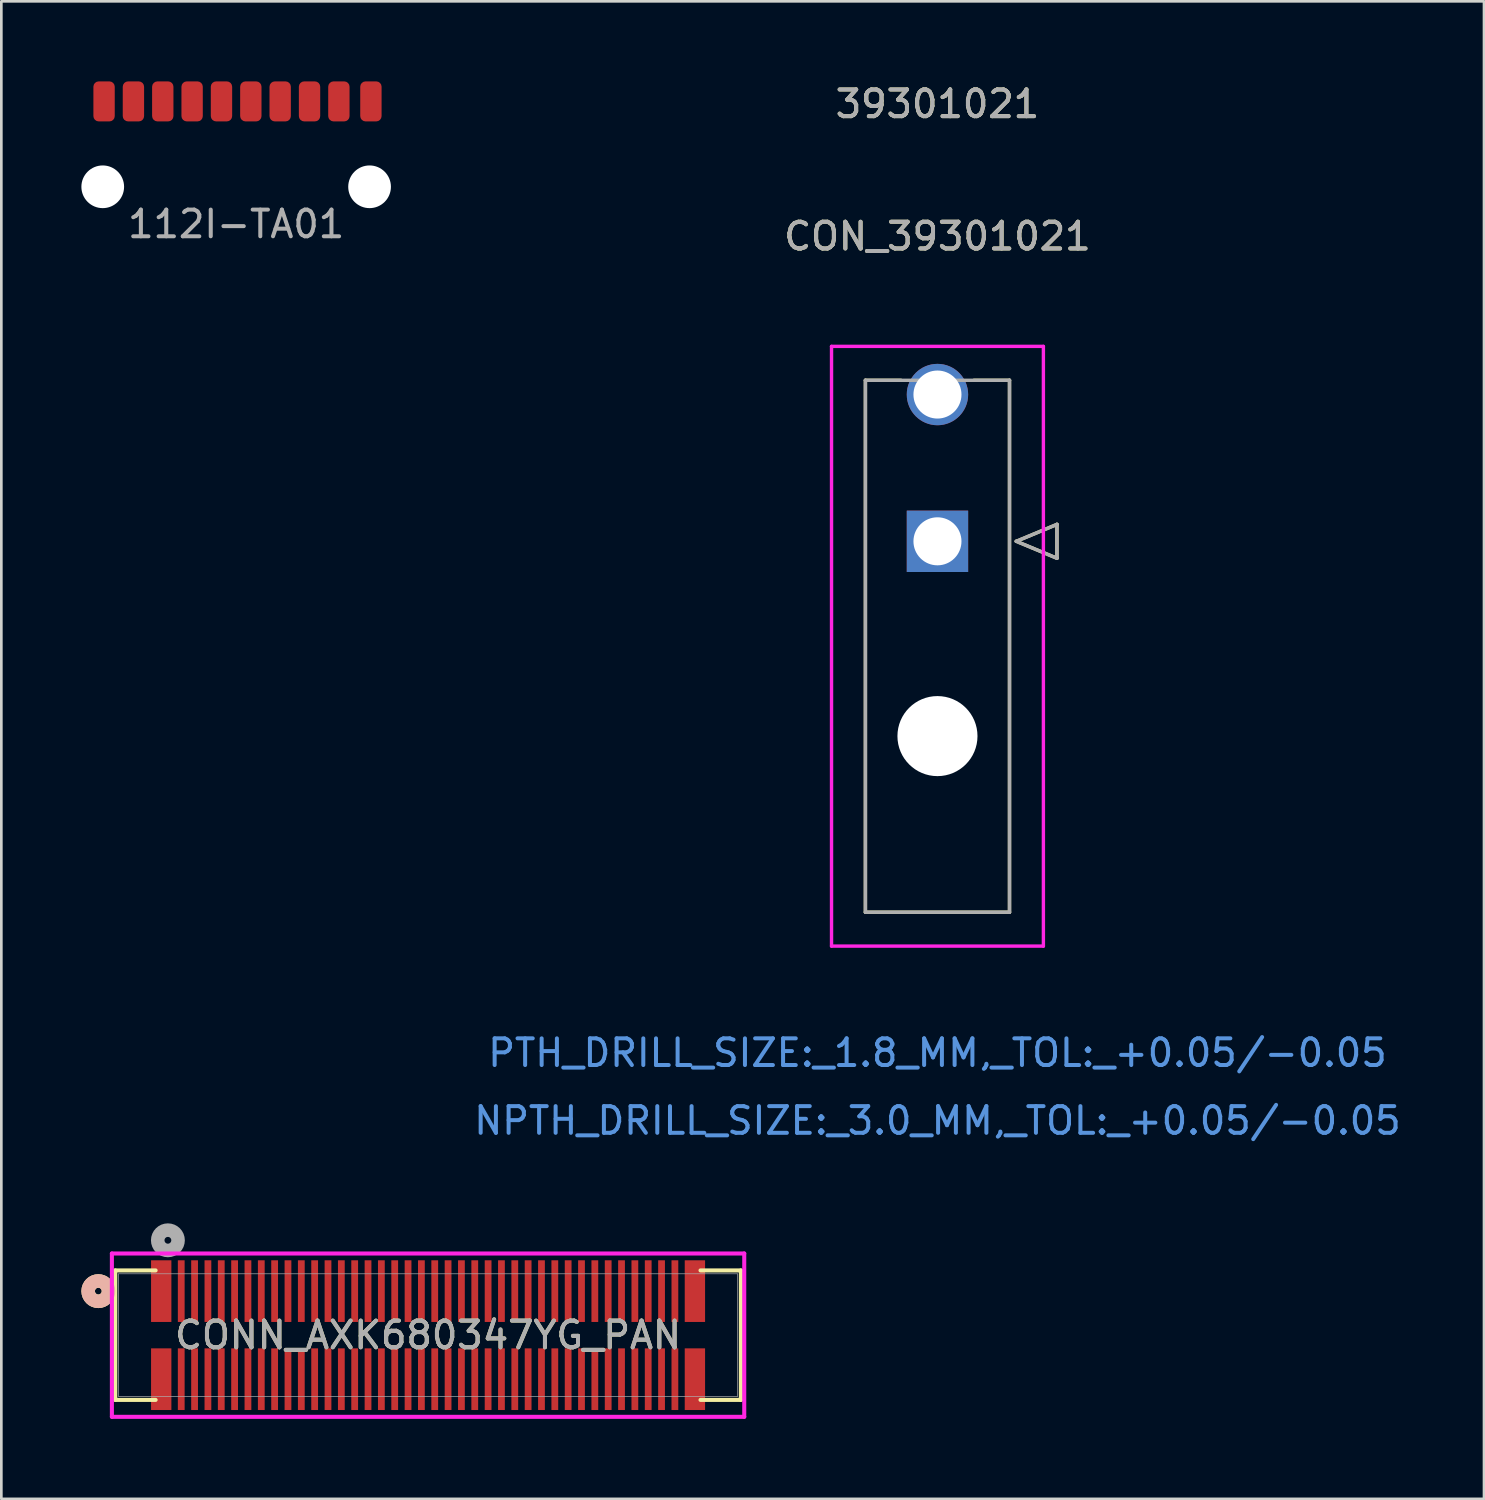
<source format=kicad_pcb>
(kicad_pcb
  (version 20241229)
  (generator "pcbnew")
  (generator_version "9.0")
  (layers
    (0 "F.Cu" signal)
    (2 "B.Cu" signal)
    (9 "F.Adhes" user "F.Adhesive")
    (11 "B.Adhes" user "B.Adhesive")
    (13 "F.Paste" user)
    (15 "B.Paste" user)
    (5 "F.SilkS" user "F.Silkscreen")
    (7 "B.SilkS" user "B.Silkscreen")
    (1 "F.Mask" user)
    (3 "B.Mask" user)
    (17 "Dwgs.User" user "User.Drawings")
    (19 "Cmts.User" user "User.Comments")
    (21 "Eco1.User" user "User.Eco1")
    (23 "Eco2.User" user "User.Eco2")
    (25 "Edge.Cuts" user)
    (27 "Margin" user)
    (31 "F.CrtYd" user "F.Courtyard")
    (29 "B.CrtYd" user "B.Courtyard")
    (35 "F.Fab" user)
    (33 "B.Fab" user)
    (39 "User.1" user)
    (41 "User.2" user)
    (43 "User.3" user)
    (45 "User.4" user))
  (footprint "CONN_AXK680347YG_PAN"
    (layer "F.Cu")
    (at 12.992 46.986)
    (property "Reference" "CONN_AXK680347YG_PAN" (at 0 0 0) (unlocked yes) (layer "F.SilkS") (effects (font (size 1 1) (thickness 0.15))))
    (attr smd)
    (fp_line (start -11.722 -2.426) (end -11.722 2.426) (stroke (width 0.152) (type solid)) (layer "F.SilkS"))
    (fp_line (start -11.722 2.426) (end -10.21 2.426) (stroke (width 0.152) (type solid)) (layer "F.SilkS"))
    (fp_line (start -10.21 -2.426) (end -11.722 -2.426) (stroke (width 0.152) (type solid)) (layer "F.SilkS"))
    (fp_line (start 10.21 2.426) (end 11.722 2.426) (stroke (width 0.152) (type solid)) (layer "F.SilkS"))
    (fp_line (start 11.722 -2.426) (end 10.21 -2.426) (stroke (width 0.152) (type solid)) (layer "F.SilkS"))
    (fp_line (start 11.722 2.426) (end 11.722 -2.426) (stroke (width 0.152) (type solid)) (layer "F.SilkS"))
    (fp_circle (center -12.357 -1.65) (end -11.976 -1.65) (stroke (width 0.508) (type solid)) (fill no) (layer "F.SilkS"))
    (fp_circle (center -12.357 -1.65) (end -11.976 -1.65) (stroke (width 0.508) (type solid)) (fill no) (layer "B.SilkS"))
    (fp_line (start -11.849 -3.06) (end -11.849 3.06) (stroke (width 0.152) (type solid)) (layer "F.CrtYd"))
    (fp_line (start -11.849 3.06) (end 11.849 3.06) (stroke (width 0.152) (type solid)) (layer "F.CrtYd"))
    (fp_line (start 11.849 -3.06) (end -11.849 -3.06) (stroke (width 0.152) (type solid)) (layer "F.CrtYd"))
    (fp_line (start 11.849 3.06) (end 11.849 -3.06) (stroke (width 0.152) (type solid)) (layer "F.CrtYd"))
    (fp_line (start -11.595 -2.299) (end -11.595 2.299) (stroke (width 0.025) (type solid)) (layer "F.Fab"))
    (fp_line (start -11.595 2.299) (end 11.595 2.299) (stroke (width 0.025) (type solid)) (layer "F.Fab"))
    (fp_line (start 11.595 -2.299) (end -11.595 -2.299) (stroke (width 0.025) (type solid)) (layer "F.Fab"))
    (fp_line (start 11.595 2.299) (end 11.595 -2.299) (stroke (width 0.025) (type solid)) (layer "F.Fab"))
    (fp_circle (center -9.75 -3.555) (end -9.369 -3.555) (stroke (width 0.508) (type solid)) (fill no) (layer "F.Fab"))
    (fp_text user "${REFERENCE}" (at 0 0 0) (unlocked yes) (layer "F.Fab") (effects (font (size 1 1) (thickness 0.15))))
    (pad "1" smd rect (at -10 -1.65) (size 0.762 2.311) (layers "F.Cu" "F.Mask" "F.Paste"))
    (pad "2" smd rect (at -10 1.65) (size 0.762 2.311) (layers "F.Cu" "F.Mask" "F.Paste"))
    (pad "3" smd rect (at -9.25 -1.65) (size 0.254 2.311) (layers "F.Cu" "F.Mask" "F.Paste"))
    (pad "4" smd rect (at -9.25 1.65) (size 0.254 2.311) (layers "F.Cu" "F.Mask" "F.Paste"))
    (pad "5" smd rect (at -8.75 -1.65) (size 0.254 2.311) (layers "F.Cu" "F.Mask" "F.Paste"))
    (pad "6" smd rect (at -8.75 1.65) (size 0.254 2.311) (layers "F.Cu" "F.Mask" "F.Paste"))
    (pad "7" smd rect (at -8.25 -1.65) (size 0.254 2.311) (layers "F.Cu" "F.Mask" "F.Paste"))
    (pad "8" smd rect (at -8.25 1.65) (size 0.254 2.311) (layers "F.Cu" "F.Mask" "F.Paste"))
    (pad "9" smd rect (at -7.75 -1.65) (size 0.254 2.311) (layers "F.Cu" "F.Mask" "F.Paste"))
    (pad "10" smd rect (at -7.75 1.65) (size 0.254 2.311) (layers "F.Cu" "F.Mask" "F.Paste"))
    (pad "11" smd rect (at -7.25 -1.65) (size 0.254 2.311) (layers "F.Cu" "F.Mask" "F.Paste"))
    (pad "12" smd rect (at -7.25 1.65) (size 0.254 2.311) (layers "F.Cu" "F.Mask" "F.Paste"))
    (pad "13" smd rect (at -6.75 -1.65) (size 0.254 2.311) (layers "F.Cu" "F.Mask" "F.Paste"))
    (pad "14" smd rect (at -6.75 1.65) (size 0.254 2.311) (layers "F.Cu" "F.Mask" "F.Paste"))
    (pad "15" smd rect (at -6.25 -1.65) (size 0.254 2.311) (layers "F.Cu" "F.Mask" "F.Paste"))
    (pad "16" smd rect (at -6.25 1.65) (size 0.254 2.311) (layers "F.Cu" "F.Mask" "F.Paste"))
    (pad "17" smd rect (at -5.75 -1.65) (size 0.254 2.311) (layers "F.Cu" "F.Mask" "F.Paste"))
    (pad "18" smd rect (at -5.75 1.65) (size 0.254 2.311) (layers "F.Cu" "F.Mask" "F.Paste"))
    (pad "19" smd rect (at -5.25 -1.65) (size 0.254 2.311) (layers "F.Cu" "F.Mask" "F.Paste"))
    (pad "20" smd rect (at -5.25 1.65) (size 0.254 2.311) (layers "F.Cu" "F.Mask" "F.Paste"))
    (pad "21" smd rect (at -4.75 -1.65) (size 0.254 2.311) (layers "F.Cu" "F.Mask" "F.Paste"))
    (pad "22" smd rect (at -4.75 1.65) (size 0.254 2.311) (layers "F.Cu" "F.Mask" "F.Paste"))
    (pad "23" smd rect (at -4.25 -1.65) (size 0.254 2.311) (layers "F.Cu" "F.Mask" "F.Paste"))
    (pad "24" smd rect (at -4.25 1.65) (size 0.254 2.311) (layers "F.Cu" "F.Mask" "F.Paste"))
    (pad "25" smd rect (at -3.75 -1.65) (size 0.254 2.311) (layers "F.Cu" "F.Mask" "F.Paste"))
    (pad "26" smd rect (at -3.75 1.65) (size 0.254 2.311) (layers "F.Cu" "F.Mask" "F.Paste"))
    (pad "27" smd rect (at -3.25 -1.65) (size 0.254 2.311) (layers "F.Cu" "F.Mask" "F.Paste"))
    (pad "28" smd rect (at -3.25 1.65) (size 0.254 2.311) (layers "F.Cu" "F.Mask" "F.Paste"))
    (pad "29" smd rect (at -2.75 -1.65) (size 0.254 2.311) (layers "F.Cu" "F.Mask" "F.Paste"))
    (pad "30" smd rect (at -2.75 1.65) (size 0.254 2.311) (layers "F.Cu" "F.Mask" "F.Paste"))
    (pad "31" smd rect (at -2.25 -1.65) (size 0.254 2.311) (layers "F.Cu" "F.Mask" "F.Paste"))
    (pad "32" smd rect (at -2.25 1.65) (size 0.254 2.311) (layers "F.Cu" "F.Mask" "F.Paste"))
    (pad "33" smd rect (at -1.75 -1.65) (size 0.254 2.311) (layers "F.Cu" "F.Mask" "F.Paste"))
    (pad "34" smd rect (at -1.75 1.65) (size 0.254 2.311) (layers "F.Cu" "F.Mask" "F.Paste"))
    (pad "35" smd rect (at -1.25 -1.65) (size 0.254 2.311) (layers "F.Cu" "F.Mask" "F.Paste"))
    (pad "36" smd rect (at -1.25 1.65) (size 0.254 2.311) (layers "F.Cu" "F.Mask" "F.Paste"))
    (pad "37" smd rect (at -0.75 -1.65) (size 0.254 2.311) (layers "F.Cu" "F.Mask" "F.Paste"))
    (pad "38" smd rect (at -0.75 1.65) (size 0.254 2.311) (layers "F.Cu" "F.Mask" "F.Paste"))
    (pad "39" smd rect (at -0.25 -1.65) (size 0.254 2.311) (layers "F.Cu" "F.Mask" "F.Paste"))
    (pad "40" smd rect (at -0.25 1.65) (size 0.254 2.311) (layers "F.Cu" "F.Mask" "F.Paste"))
    (pad "41" smd rect (at 0.25 -1.65) (size 0.254 2.311) (layers "F.Cu" "F.Mask" "F.Paste"))
    (pad "42" smd rect (at 0.25 1.65) (size 0.254 2.311) (layers "F.Cu" "F.Mask" "F.Paste"))
    (pad "43" smd rect (at 0.75 -1.65) (size 0.254 2.311) (layers "F.Cu" "F.Mask" "F.Paste"))
    (pad "44" smd rect (at 0.75 1.65) (size 0.254 2.311) (layers "F.Cu" "F.Mask" "F.Paste"))
    (pad "45" smd rect (at 1.25 -1.65) (size 0.254 2.311) (layers "F.Cu" "F.Mask" "F.Paste"))
    (pad "46" smd rect (at 1.25 1.65) (size 0.254 2.311) (layers "F.Cu" "F.Mask" "F.Paste"))
    (pad "47" smd rect (at 1.75 -1.65) (size 0.254 2.311) (layers "F.Cu" "F.Mask" "F.Paste"))
    (pad "48" smd rect (at 1.75 1.65) (size 0.254 2.311) (layers "F.Cu" "F.Mask" "F.Paste"))
    (pad "49" smd rect (at 2.25 -1.65) (size 0.254 2.311) (layers "F.Cu" "F.Mask" "F.Paste"))
    (pad "50" smd rect (at 2.25 1.65) (size 0.254 2.311) (layers "F.Cu" "F.Mask" "F.Paste"))
    (pad "51" smd rect (at 2.75 -1.65) (size 0.254 2.311) (layers "F.Cu" "F.Mask" "F.Paste"))
    (pad "52" smd rect (at 2.75 1.65) (size 0.254 2.311) (layers "F.Cu" "F.Mask" "F.Paste"))
    (pad "53" smd rect (at 3.25 -1.65) (size 0.254 2.311) (layers "F.Cu" "F.Mask" "F.Paste"))
    (pad "54" smd rect (at 3.25 1.65) (size 0.254 2.311) (layers "F.Cu" "F.Mask" "F.Paste"))
    (pad "55" smd rect (at 3.75 -1.65) (size 0.254 2.311) (layers "F.Cu" "F.Mask" "F.Paste"))
    (pad "56" smd rect (at 3.75 1.65) (size 0.254 2.311) (layers "F.Cu" "F.Mask" "F.Paste"))
    (pad "57" smd rect (at 4.25 -1.65) (size 0.254 2.311) (layers "F.Cu" "F.Mask" "F.Paste"))
    (pad "58" smd rect (at 4.25 1.65) (size 0.254 2.311) (layers "F.Cu" "F.Mask" "F.Paste"))
    (pad "59" smd rect (at 4.75 -1.65) (size 0.254 2.311) (layers "F.Cu" "F.Mask" "F.Paste"))
    (pad "60" smd rect (at 4.75 1.65) (size 0.254 2.311) (layers "F.Cu" "F.Mask" "F.Paste"))
    (pad "61" smd rect (at 5.25 -1.65) (size 0.254 2.311) (layers "F.Cu" "F.Mask" "F.Paste"))
    (pad "62" smd rect (at 5.25 1.65) (size 0.254 2.311) (layers "F.Cu" "F.Mask" "F.Paste"))
    (pad "63" smd rect (at 5.75 -1.65) (size 0.254 2.311) (layers "F.Cu" "F.Mask" "F.Paste"))
    (pad "64" smd rect (at 5.75 1.65) (size 0.254 2.311) (layers "F.Cu" "F.Mask" "F.Paste"))
    (pad "65" smd rect (at 6.25 -1.65) (size 0.254 2.311) (layers "F.Cu" "F.Mask" "F.Paste"))
    (pad "66" smd rect (at 6.25 1.65) (size 0.254 2.311) (layers "F.Cu" "F.Mask" "F.Paste"))
    (pad "67" smd rect (at 6.75 -1.65) (size 0.254 2.311) (layers "F.Cu" "F.Mask" "F.Paste"))
    (pad "68" smd rect (at 6.75 1.65) (size 0.254 2.311) (layers "F.Cu" "F.Mask" "F.Paste"))
    (pad "69" smd rect (at 7.25 -1.65) (size 0.254 2.311) (layers "F.Cu" "F.Mask" "F.Paste"))
    (pad "70" smd rect (at 7.25 1.65) (size 0.254 2.311) (layers "F.Cu" "F.Mask" "F.Paste"))
    (pad "71" smd rect (at 7.75 -1.65) (size 0.254 2.311) (layers "F.Cu" "F.Mask" "F.Paste"))
    (pad "72" smd rect (at 7.75 1.65) (size 0.254 2.311) (layers "F.Cu" "F.Mask" "F.Paste"))
    (pad "73" smd rect (at 8.25 -1.65) (size 0.254 2.311) (layers "F.Cu" "F.Mask" "F.Paste"))
    (pad "74" smd rect (at 8.25 1.65) (size 0.254 2.311) (layers "F.Cu" "F.Mask" "F.Paste"))
    (pad "75" smd rect (at 8.75 -1.65) (size 0.254 2.311) (layers "F.Cu" "F.Mask" "F.Paste"))
    (pad "76" smd rect (at 8.75 1.65) (size 0.254 2.311) (layers "F.Cu" "F.Mask" "F.Paste"))
    (pad "77" smd rect (at 9.25 -1.65) (size 0.254 2.311) (layers "F.Cu" "F.Mask" "F.Paste"))
    (pad "78" smd rect (at 9.25 1.65) (size 0.254 2.311) (layers "F.Cu" "F.Mask" "F.Paste"))
    (pad "79" smd rect (at 10 -1.65) (size 0.762 2.311) (layers "F.Cu" "F.Mask" "F.Paste"))
    (pad "80" smd rect (at 10 1.65) (size 0.762 2.311) (layers "F.Cu" "F.Mask" "F.Paste")))
  (footprint "112I-TA01"
    (layer "F.Cu")
    (at 5.8 0.75)
    (property "Reference" "112I-TA01" (at 0 4.6 0) (unlocked yes) (layer "F.SilkS") (effects (font (size 1 1) (thickness 0.1))))
    (attr smd)
    (fp_text user "${REFERENCE}" (at 0 4.6 0) (unlocked yes) (layer "F.Fab") (effects (font (size 1 1) (thickness 0.15))))
    (pad "" np_thru_hole circle (at -5 3.2 180) (size 1.6 1.6) (drill 1.6) (layers "*.Cu" "*.Mask"))
    (pad "" np_thru_hole circle (at 5 3.2 180) (size 1.6 1.6) (drill 1.6) (layers "*.Cu" "*.Mask"))
    (pad "1" smd roundrect (at -4.95 0 180) (size 0.8 1.5) (layers "F.Cu" "F.Mask" "F.Paste") (roundrect_rratio 0.25))
    (pad "2" smd roundrect (at -3.85 0 180) (size 0.8 1.5) (layers "F.Cu" "F.Mask" "F.Paste") (roundrect_rratio 0.25))
    (pad "3" smd roundrect (at -2.75 0 180) (size 0.8 1.5) (layers "F.Cu" "F.Mask" "F.Paste") (roundrect_rratio 0.25))
    (pad "4" smd roundrect (at -1.65 0 180) (size 0.8 1.5) (layers "F.Cu" "F.Mask" "F.Paste") (roundrect_rratio 0.25))
    (pad "5" smd roundrect (at -0.55 0 180) (size 0.8 1.5) (layers "F.Cu" "F.Mask" "F.Paste") (roundrect_rratio 0.25))
    (pad "6" smd roundrect (at 0.55 0 180) (size 0.8 1.5) (layers "F.Cu" "F.Mask" "F.Paste") (roundrect_rratio 0.25))
    (pad "7" smd roundrect (at 1.65 0 180) (size 0.8 1.5) (layers "F.Cu" "F.Mask" "F.Paste") (roundrect_rratio 0.25))
    (pad "8" smd roundrect (at 2.75 0 180) (size 0.8 1.5) (layers "F.Cu" "F.Mask" "F.Paste") (roundrect_rratio 0.25))
    (pad "9" smd roundrect (at 3.85 0 180) (size 0.8 1.5) (layers "F.Cu" "F.Mask" "F.Paste") (roundrect_rratio 0.25))
    (pad "10" smd roundrect (at 5.05 0 180) (size 0.8 1.5) (layers "F.Cu" "F.Mask" "F.Paste") (roundrect_rratio 0.25)))
  (footprint "CON_39301021"
    (layer "F.Cu")
    (at 32.082 17.236)
    (property "Reference" "CON_39301021" (at 0 -11.43 0) (unlocked yes) (layer "F.SilkS") (effects (font (size 1 1) (thickness 0.15))))
    (attr through_hole)
    (fp_line (start -2.7 -6.035) (end -2.7 13.9) (stroke (width 0.127) (type solid)) (layer "F.SilkS"))
    (fp_line (start -2.7 13.9) (end 2.7 13.9) (stroke (width 0.127) (type solid)) (layer "F.SilkS"))
    (fp_line (start -1.369 -6.035) (end -2.7 -6.035) (stroke (width 0.127) (type solid)) (layer "F.SilkS"))
    (fp_line (start 2.7 -6.035) (end 1.369 -6.035) (stroke (width 0.127) (type solid)) (layer "F.SilkS"))
    (fp_line (start 2.7 13.9) (end 2.7 -6.035) (stroke (width 0.127) (type solid)) (layer "F.SilkS"))
    (fp_line (start 2.954 0) (end 4.478 -0.635) (stroke (width 0.127) (type solid)) (layer "F.SilkS"))
    (fp_line (start 4.478 -0.635) (end 4.478 0.635) (stroke (width 0.127) (type solid)) (layer "F.SilkS"))
    (fp_line (start 4.478 0.635) (end 2.954 0) (stroke (width 0.127) (type solid)) (layer "F.SilkS"))
    (fp_line (start -3.97 -7.305) (end -3.97 15.17) (stroke (width 0.127) (type solid)) (layer "F.CrtYd"))
    (fp_line (start -3.97 15.17) (end 3.97 15.17) (stroke (width 0.127) (type solid)) (layer "F.CrtYd"))
    (fp_line (start 3.97 -7.305) (end -3.97 -7.305) (stroke (width 0.127) (type solid)) (layer "F.CrtYd"))
    (fp_line (start 3.97 15.17) (end 3.97 -7.305) (stroke (width 0.127) (type solid)) (layer "F.CrtYd"))
    (fp_line (start -2.7 -6.035) (end -2.7 13.9) (stroke (width 0.127) (type solid)) (layer "F.Fab"))
    (fp_line (start -2.7 13.9) (end 2.7 13.9) (stroke (width 0.127) (type solid)) (layer "F.Fab"))
    (fp_line (start 2.7 -6.035) (end -2.7 -6.035) (stroke (width 0.127) (type solid)) (layer "F.Fab"))
    (fp_line (start 2.7 13.9) (end 2.7 -6.035) (stroke (width 0.127) (type solid)) (layer "F.Fab"))
    (fp_line (start 2.954 0) (end 4.478 -0.635) (stroke (width 0.127) (type solid)) (layer "F.Fab"))
    (fp_line (start 4.478 -0.635) (end 4.478 0.635) (stroke (width 0.127) (type solid)) (layer "F.Fab"))
    (fp_line (start 4.478 0.635) (end 2.954 0) (stroke (width 0.127) (type solid)) (layer "F.Fab"))
    (fp_text user "39301021" (at 0 -16.388 0) (unlocked yes) (layer "F.SilkS") (effects (font (size 1 1) (thickness 0.15))))
    (fp_text user "NPTH_DRILL_SIZE:_3.0_MM,_TOL:_+0.05/-0.05" (at 0 21.712 0) (unlocked yes) (layer "Cmts.User") (effects (font (size 1 1) (thickness 0.15))))
    (fp_text user "PTH_DRILL_SIZE:_1.8_MM,_TOL:_+0.05/-0.05" (at 0 19.172 0) (unlocked yes) (layer "Cmts.User") (effects (font (size 1 1) (thickness 0.15))))
    (fp_text user "39301021" (at 0 -16.388 0) (unlocked yes) (layer "F.Fab") (effects (font (size 1 1) (thickness 0.15))))
    (fp_text user "${REFERENCE}" (at 0 -11.43 0) (unlocked yes) (layer "F.Fab") (effects (font (size 1 1) (thickness 0.15))))
    (pad "" np_thru_hole circle (at 0 7.3) (size 3 3) (drill 3) (layers "*.Cu" "*.Mask"))
    (pad "1" thru_hole rect (at 0 0) (size 2.3 2.3) (drill 1.8) (layers "*.Cu" "*.Mask"))
    (pad "2" thru_hole circle (at 0 -5.5) (size 2.3 2.3) (drill 1.8) (layers "*.Cu" "*.Mask")))
  (gr_rect
    (start -3 -3)
    (end 52.564 53.122)
    (stroke (width 0.1) (type default))
    (fill no)
    (layer "Edge.Cuts")))
</source>
